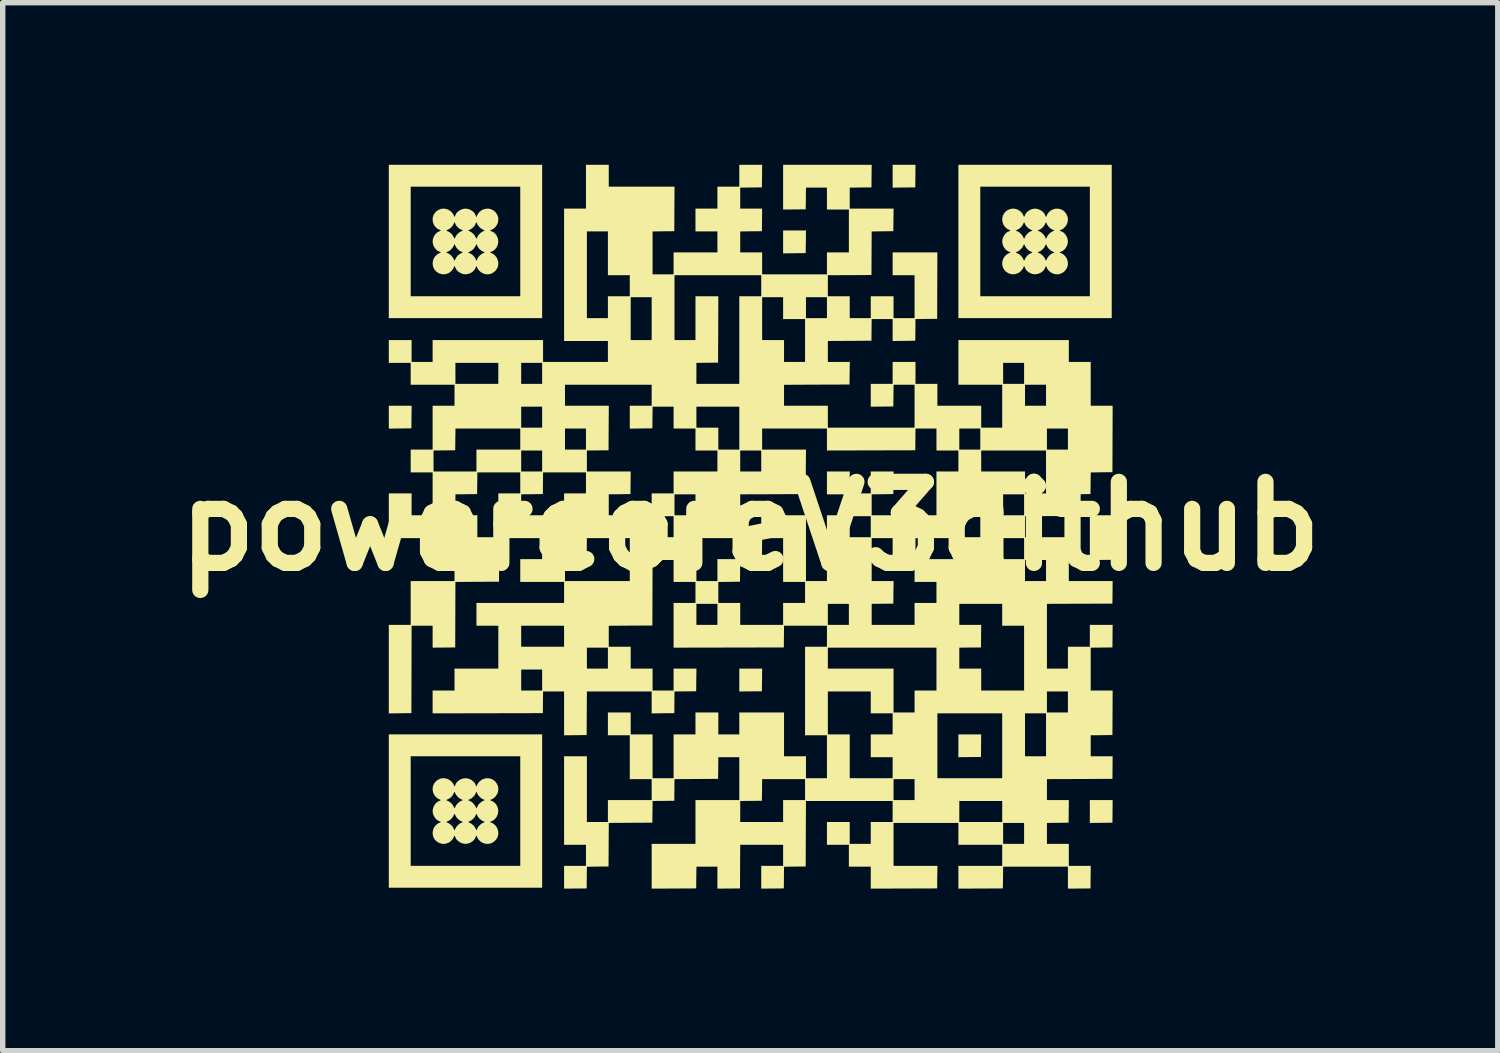
<source format=kicad_pcb>
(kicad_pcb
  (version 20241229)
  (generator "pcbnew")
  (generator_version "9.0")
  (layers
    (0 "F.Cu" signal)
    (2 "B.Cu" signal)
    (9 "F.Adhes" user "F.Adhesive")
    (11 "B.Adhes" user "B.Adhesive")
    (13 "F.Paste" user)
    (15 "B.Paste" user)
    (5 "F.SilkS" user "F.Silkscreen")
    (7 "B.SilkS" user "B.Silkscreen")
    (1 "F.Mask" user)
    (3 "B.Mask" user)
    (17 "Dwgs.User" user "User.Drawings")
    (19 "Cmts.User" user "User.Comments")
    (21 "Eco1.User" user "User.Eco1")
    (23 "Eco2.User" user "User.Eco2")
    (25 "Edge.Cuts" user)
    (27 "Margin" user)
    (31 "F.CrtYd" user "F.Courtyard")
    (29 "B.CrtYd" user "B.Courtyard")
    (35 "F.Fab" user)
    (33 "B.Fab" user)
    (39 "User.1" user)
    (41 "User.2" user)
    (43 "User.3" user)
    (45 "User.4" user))
  (footprint "powercoreV3github"
    (layer "F.Cu")
    (at 10.836 6.69)
    (property "Reference" "powercoreV3github" (at 0 0 0) (layer "F.SilkS") (effects (font (size 1.5 1.5) (thickness 0.3))))
    (attr board_only exclude_from_pos_files exclude_from_bom)
    (fp_poly (pts (xy -6.27 -2.021) (xy -6.272 -1.812) (xy -6.481 -1.81) (xy -6.69 -1.807) (xy -6.69 -2.019) (xy -6.69 -2.23) (xy -6.479 -2.23) (xy -6.267 -2.23)) (stroke (width 0) (type solid)) (fill yes) (layer "F.SilkS"))
    (fp_poly (pts (xy 0.218 2.845) (xy 0.215 3.054) (xy 0.006 3.056) (xy -0.203 3.058) (xy -0.203 2.847) (xy -0.203 2.635) (xy 0.009 2.635) (xy 0.22 2.635)) (stroke (width 0) (type solid)) (fill yes) (layer "F.SilkS"))
    (fp_poly (pts (xy 1.029 -5.265) (xy 1.026 -5.056) (xy 0.817 -5.053) (xy 0.608 -5.051) (xy 0.608 -5.262) (xy 0.608 -5.474) (xy 0.82 -5.474) (xy 1.031 -5.474)) (stroke (width 0) (type solid)) (fill yes) (layer "F.SilkS"))
    (fp_poly (pts (xy 3.056 -6.481) (xy 3.054 -6.272) (xy 2.845 -6.27) (xy 2.635 -6.267) (xy 2.635 -6.479) (xy 2.635 -6.69) (xy 2.847 -6.69) (xy 3.058 -6.69)) (stroke (width 0) (type solid)) (fill yes) (layer "F.SilkS"))
    (fp_poly (pts (xy 4.272 4.061) (xy 4.27 4.27) (xy 4.061 4.272) (xy 3.852 4.274) (xy 3.852 4.063) (xy 3.852 3.852) (xy 4.063 3.852) (xy 4.274 3.852)) (stroke (width 0) (type solid)) (fill yes) (layer "F.SilkS"))
    (fp_poly (pts (xy 6.705 0.209) (xy 6.703 0.621) (xy 6.494 0.623) (xy 6.285 0.625) (xy 6.285 0.211) (xy 6.285 -0.203) (xy 6.496 -0.203) (xy 6.707 -0.203)) (stroke (width 0) (type solid)) (fill yes) (layer "F.SilkS"))
    (fp_poly (pts (xy 6.705 5.277) (xy 6.703 5.486) (xy 6.494 5.489) (xy 6.285 5.491) (xy 6.285 5.279) (xy 6.285 5.068) (xy 6.496 5.068) (xy 6.707 5.068)) (stroke (width 0) (type solid)) (fill yes) (layer "F.SilkS"))
    (fp_poly (pts (xy -3.852 -5.271) (xy -3.852 -3.852) (xy -5.271 -3.852) (xy -6.69 -3.852) (xy -6.69 -5.271) (xy -6.285 -5.271) (xy -6.285 -4.257) (xy -5.271 -4.257) (xy -4.257 -4.257) (xy -4.257 -5.271) (xy -4.257 -6.285) (xy -5.271 -6.285) (xy -6.285 -6.285) (xy -6.285 -5.271) (xy -6.69 -5.271) (xy -6.69 -6.69) (xy -5.271 -6.69) (xy -3.852 -6.69)) (stroke (width 0) (type solid)) (fill yes) (layer "F.SilkS"))
    (fp_poly (pts (xy -3.852 5.271) (xy -3.852 6.69) (xy -5.271 6.69) (xy -6.69 6.69) (xy -6.69 5.271) (xy -6.285 5.271) (xy -6.285 6.285) (xy -5.271 6.285) (xy -4.257 6.285) (xy -4.257 5.271) (xy -4.257 4.257) (xy -5.271 4.257) (xy -6.285 4.257) (xy -6.285 5.271) (xy -6.69 5.271) (xy -6.69 3.852) (xy -5.271 3.852) (xy -3.852 3.852)) (stroke (width 0) (type solid)) (fill yes) (layer "F.SilkS"))
    (fp_poly (pts (xy 6.69 -5.271) (xy 6.69 -3.852) (xy 5.271 -3.852) (xy 3.852 -3.852) (xy 3.852 -5.271) (xy 4.257 -5.271) (xy 4.257 -4.257) (xy 5.271 -4.257) (xy 6.285 -4.257) (xy 6.285 -5.271) (xy 6.285 -6.285) (xy 5.271 -6.285) (xy 4.257 -6.285) (xy 4.257 -5.271) (xy 3.852 -5.271) (xy 3.852 -6.69) (xy 5.271 -6.69) (xy 6.69 -6.69)) (stroke (width 0) (type solid)) (fill yes) (layer "F.SilkS"))
    (fp_poly (pts (xy -5.627 4.669) (xy -5.587 4.684) (xy -5.548 4.709) (xy -5.515 4.741) (xy -5.492 4.776) (xy -5.485 4.795) (xy -5.479 4.81) (xy -5.474 4.815) (xy -5.467 4.808) (xy -5.462 4.795) (xy -5.444 4.755) (xy -5.413 4.719) (xy -5.372 4.69) (xy -5.325 4.671) (xy -5.275 4.663) (xy -5.271 4.663) (xy -5.221 4.67) (xy -5.174 4.688) (xy -5.132 4.717) (xy -5.1 4.752) (xy -5.081 4.792) (xy -5.08 4.795) (xy -5.074 4.81) (xy -5.068 4.815) (xy -5.061 4.808) (xy -5.057 4.795) (xy -5.041 4.76) (xy -5.013 4.726) (xy -4.976 4.696) (xy -4.955 4.684) (xy -4.901 4.666) (xy -4.849 4.663) (xy -4.8 4.673) (xy -4.756 4.695) (xy -4.718 4.727) (xy -4.689 4.766) (xy -4.669 4.812) (xy -4.662 4.862) (xy -4.669 4.915) (xy -4.684 4.955) (xy -4.709 4.994) (xy -4.741 5.027) (xy -4.776 5.05) (xy -4.795 5.057) (xy -4.812 5.064) (xy -4.812 5.072) (xy -4.795 5.08) (xy -4.755 5.098) (xy -4.719 5.129) (xy -4.69 5.17) (xy -4.671 5.217) (xy -4.663 5.267) (xy -4.663 5.271) (xy -4.67 5.32) (xy -4.688 5.368) (xy -4.717 5.409) (xy -4.752 5.442) (xy -4.792 5.461) (xy -4.795 5.462) (xy -4.812 5.469) (xy -4.812 5.478) (xy -4.795 5.485) (xy -4.76 5.501) (xy -4.726 5.529) (xy -4.696 5.565) (xy -4.684 5.587) (xy -4.666 5.64) (xy -4.663 5.693) (xy -4.673 5.742) (xy -4.695 5.786) (xy -4.727 5.824) (xy -4.766 5.853) (xy -4.812 5.872) (xy -4.862 5.88) (xy -4.915 5.873) (xy -4.955 5.858) (xy -4.994 5.833) (xy -5.027 5.801) (xy -5.05 5.765) (xy -5.057 5.747) (xy -5.063 5.732) (xy -5.068 5.727) (xy -5.075 5.734) (xy -5.08 5.747) (xy -5.098 5.787) (xy -5.129 5.822) (xy -5.17 5.851) (xy -5.217 5.871) (xy -5.267 5.879) (xy -5.271 5.879) (xy -5.32 5.872) (xy -5.368 5.853) (xy -5.409 5.825) (xy -5.442 5.79) (xy -5.461 5.75) (xy -5.462 5.747) (xy -5.468 5.732) (xy -5.474 5.727) (xy -5.481 5.734) (xy -5.485 5.747) (xy -5.501 5.78) (xy -5.528 5.814) (xy -5.562 5.844) (xy -5.584 5.857) (xy -5.64 5.876) (xy -5.697 5.879) (xy -5.752 5.864) (xy -5.768 5.857) (xy -5.815 5.825) (xy -5.85 5.783) (xy -5.872 5.734) (xy -5.879 5.68) (xy -5.872 5.625) (xy -5.857 5.584) (xy -5.833 5.548) (xy -5.801 5.516) (xy -5.766 5.493) (xy -5.747 5.485) (xy -5.732 5.479) (xy -5.727 5.474) (xy -5.626 5.474) (xy -5.619 5.479) (xy -5.601 5.488) (xy -5.595 5.49) (xy -5.563 5.508) (xy -5.53 5.536) (xy -5.503 5.569) (xy -5.49 5.595) (xy -5.481 5.615) (xy -5.475 5.625) (xy -5.474 5.626) (xy -5.468 5.619) (xy -5.46 5.601) (xy -5.458 5.595) (xy -5.439 5.563) (xy -5.411 5.53) (xy -5.378 5.503) (xy -5.352 5.49) (xy -5.333 5.481) (xy -5.322 5.475) (xy -5.322 5.474) (xy -5.22 5.474) (xy -5.213 5.479) (xy -5.195 5.488) (xy -5.19 5.49) (xy -5.157 5.508) (xy -5.125 5.536) (xy -5.098 5.569) (xy -5.084 5.595) (xy -5.076 5.615) (xy -5.069 5.625) (xy -5.068 5.626) (xy -5.062 5.619) (xy -5.054 5.601) (xy -5.052 5.595) (xy -5.034 5.563) (xy -5.005 5.53) (xy -4.972 5.503) (xy -4.947 5.49) (xy -4.927 5.481) (xy -4.917 5.475) (xy -4.916 5.474) (xy -4.923 5.468) (xy -4.941 5.46) (xy -4.947 5.458) (xy -4.979 5.439) (xy -5.012 5.411) (xy -5.039 5.378) (xy -5.052 5.352) (xy -5.06 5.333) (xy -5.067 5.322) (xy -5.068 5.322) (xy -5.074 5.329) (xy -5.082 5.346) (xy -5.084 5.352) (xy -5.102 5.385) (xy -5.131 5.417) (xy -5.164 5.444) (xy -5.19 5.458) (xy -5.209 5.466) (xy -5.22 5.472) (xy -5.22 5.474) (xy -5.322 5.474) (xy -5.329 5.468) (xy -5.346 5.46) (xy -5.352 5.458) (xy -5.385 5.439) (xy -5.417 5.411) (xy -5.444 5.378) (xy -5.458 5.352) (xy -5.466 5.333) (xy -5.472 5.322) (xy -5.474 5.322) (xy -5.479 5.329) (xy -5.488 5.346) (xy -5.49 5.352) (xy -5.508 5.385) (xy -5.536 5.417) (xy -5.569 5.444) (xy -5.595 5.458) (xy -5.615 5.466) (xy -5.625 5.472) (xy -5.626 5.474) (xy -5.727 5.474) (xy -5.734 5.467) (xy -5.747 5.462) (xy -5.787 5.444) (xy -5.822 5.413) (xy -5.851 5.372) (xy -5.871 5.325) (xy -5.879 5.275) (xy -5.879 5.271) (xy -5.872 5.221) (xy -5.853 5.174) (xy -5.825 5.132) (xy -5.79 5.1) (xy -5.75 5.081) (xy -5.747 5.08) (xy -5.73 5.072) (xy -5.73 5.068) (xy -5.626 5.068) (xy -5.619 5.074) (xy -5.601 5.082) (xy -5.595 5.084) (xy -5.563 5.102) (xy -5.53 5.131) (xy -5.503 5.164) (xy -5.49 5.19) (xy -5.481 5.209) (xy -5.475 5.22) (xy -5.474 5.22) (xy -5.468 5.213) (xy -5.46 5.195) (xy -5.458 5.19) (xy -5.439 5.157) (xy -5.411 5.125) (xy -5.378 5.098) (xy -5.352 5.084) (xy -5.333 5.076) (xy -5.322 5.069) (xy -5.322 5.068) (xy -5.22 5.068) (xy -5.213 5.074) (xy -5.195 5.082) (xy -5.19 5.084) (xy -5.157 5.102) (xy -5.125 5.131) (xy -5.098 5.164) (xy -5.084 5.19) (xy -5.076 5.209) (xy -5.069 5.22) (xy -5.068 5.22) (xy -5.062 5.213) (xy -5.054 5.195) (xy -5.052 5.19) (xy -5.034 5.157) (xy -5.005 5.125) (xy -4.972 5.098) (xy -4.947 5.084) (xy -4.927 5.076) (xy -4.917 5.069) (xy -4.916 5.068) (xy -4.923 5.062) (xy -4.941 5.054) (xy -4.947 5.052) (xy -4.979 5.034) (xy -5.012 5.005) (xy -5.039 4.972) (xy -5.052 4.947) (xy -5.06 4.927) (xy -5.067 4.917) (xy -5.068 4.916) (xy -5.074 4.923) (xy -5.082 4.941) (xy -5.084 4.947) (xy -5.102 4.979) (xy -5.131 5.012) (xy -5.164 5.039) (xy -5.19 5.052) (xy -5.209 5.06) (xy -5.22 5.067) (xy -5.22 5.068) (xy -5.322 5.068) (xy -5.329 5.062) (xy -5.346 5.054) (xy -5.352 5.052) (xy -5.385 5.034) (xy -5.417 5.005) (xy -5.444 4.972) (xy -5.458 4.947) (xy -5.466 4.927) (xy -5.472 4.917) (xy -5.474 4.916) (xy -5.479 4.923) (xy -5.488 4.941) (xy -5.49 4.947) (xy -5.508 4.979) (xy -5.536 5.012) (xy -5.569 5.039) (xy -5.595 5.052) (xy -5.615 5.06) (xy -5.625 5.067) (xy -5.626 5.068) (xy -5.73 5.068) (xy -5.73 5.064) (xy -5.747 5.057) (xy -5.781 5.041) (xy -5.816 5.013) (xy -5.846 4.976) (xy -5.858 4.955) (xy -5.876 4.901) (xy -5.879 4.849) (xy -5.869 4.8) (xy -5.847 4.756) (xy -5.815 4.718) (xy -5.775 4.689) (xy -5.73 4.669) (xy -5.68 4.662)) (stroke (width 0) (type solid)) (fill yes) (layer "F.SilkS"))
    (fp_poly (pts (xy 4.915 -5.873) (xy 4.955 -5.858) (xy 4.994 -5.833) (xy 5.027 -5.801) (xy 5.05 -5.765) (xy 5.057 -5.747) (xy 5.064 -5.73) (xy 5.072 -5.73) (xy 5.08 -5.747) (xy 5.098 -5.787) (xy 5.129 -5.822) (xy 5.17 -5.851) (xy 5.217 -5.871) (xy 5.267 -5.879) (xy 5.271 -5.879) (xy 5.32 -5.872) (xy 5.368 -5.853) (xy 5.409 -5.825) (xy 5.442 -5.79) (xy 5.461 -5.75) (xy 5.462 -5.747) (xy 5.468 -5.732) (xy 5.474 -5.727) (xy 5.481 -5.734) (xy 5.485 -5.747) (xy 5.501 -5.781) (xy 5.529 -5.816) (xy 5.565 -5.846) (xy 5.587 -5.858) (xy 5.64 -5.876) (xy 5.693 -5.879) (xy 5.742 -5.869) (xy 5.786 -5.847) (xy 5.824 -5.815) (xy 5.853 -5.775) (xy 5.872 -5.73) (xy 5.88 -5.68) (xy 5.873 -5.627) (xy 5.858 -5.587) (xy 5.833 -5.548) (xy 5.801 -5.515) (xy 5.765 -5.492) (xy 5.747 -5.485) (xy 5.732 -5.479) (xy 5.727 -5.474) (xy 5.734 -5.467) (xy 5.747 -5.462) (xy 5.787 -5.444) (xy 5.822 -5.413) (xy 5.851 -5.372) (xy 5.871 -5.325) (xy 5.879 -5.275) (xy 5.879 -5.271) (xy 5.872 -5.221) (xy 5.853 -5.174) (xy 5.825 -5.132) (xy 5.79 -5.1) (xy 5.75 -5.081) (xy 5.747 -5.08) (xy 5.732 -5.074) (xy 5.727 -5.068) (xy 5.734 -5.061) (xy 5.747 -5.057) (xy 5.781 -5.041) (xy 5.816 -5.013) (xy 5.846 -4.976) (xy 5.858 -4.955) (xy 5.876 -4.901) (xy 5.879 -4.849) (xy 5.869 -4.8) (xy 5.847 -4.756) (xy 5.815 -4.718) (xy 5.775 -4.689) (xy 5.73 -4.669) (xy 5.68 -4.662) (xy 5.627 -4.669) (xy 5.587 -4.684) (xy 5.548 -4.709) (xy 5.515 -4.741) (xy 5.492 -4.776) (xy 5.485 -4.795) (xy 5.478 -4.812) (xy 5.469 -4.812) (xy 5.462 -4.795) (xy 5.444 -4.755) (xy 5.413 -4.719) (xy 5.372 -4.69) (xy 5.325 -4.671) (xy 5.275 -4.663) (xy 5.271 -4.663) (xy 5.221 -4.67) (xy 5.174 -4.688) (xy 5.132 -4.717) (xy 5.1 -4.752) (xy 5.081 -4.792) (xy 5.08 -4.795) (xy 5.074 -4.81) (xy 5.068 -4.815) (xy 5.061 -4.808) (xy 5.057 -4.795) (xy 5.041 -4.761) (xy 5.014 -4.728) (xy 4.98 -4.698) (xy 4.957 -4.685) (xy 4.902 -4.666) (xy 4.845 -4.663) (xy 4.789 -4.678) (xy 4.774 -4.685) (xy 4.727 -4.717) (xy 4.692 -4.759) (xy 4.67 -4.808) (xy 4.662 -4.862) (xy 4.67 -4.917) (xy 4.685 -4.957) (xy 4.709 -4.994) (xy 4.741 -5.026) (xy 4.775 -5.049) (xy 4.795 -5.057) (xy 4.81 -5.063) (xy 4.815 -5.068) (xy 4.916 -5.068) (xy 4.923 -5.062) (xy 4.941 -5.054) (xy 4.947 -5.052) (xy 4.979 -5.034) (xy 5.012 -5.005) (xy 5.039 -4.972) (xy 5.052 -4.947) (xy 5.06 -4.927) (xy 5.067 -4.917) (xy 5.068 -4.916) (xy 5.074 -4.923) (xy 5.082 -4.941) (xy 5.084 -4.947) (xy 5.102 -4.979) (xy 5.131 -5.012) (xy 5.164 -5.039) (xy 5.19 -5.052) (xy 5.209 -5.06) (xy 5.22 -5.067) (xy 5.22 -5.068) (xy 5.322 -5.068) (xy 5.329 -5.062) (xy 5.346 -5.054) (xy 5.352 -5.052) (xy 5.385 -5.034) (xy 5.417 -5.005) (xy 5.444 -4.972) (xy 5.458 -4.947) (xy 5.466 -4.927) (xy 5.472 -4.917) (xy 5.474 -4.916) (xy 5.479 -4.923) (xy 5.488 -4.941) (xy 5.49 -4.947) (xy 5.508 -4.979) (xy 5.536 -5.012) (xy 5.569 -5.039) (xy 5.595 -5.052) (xy 5.615 -5.06) (xy 5.625 -5.067) (xy 5.626 -5.068) (xy 5.619 -5.074) (xy 5.601 -5.082) (xy 5.595 -5.084) (xy 5.563 -5.102) (xy 5.53 -5.131) (xy 5.503 -5.164) (xy 5.49 -5.19) (xy 5.481 -5.209) (xy 5.475 -5.22) (xy 5.474 -5.22) (xy 5.468 -5.213) (xy 5.46 -5.195) (xy 5.458 -5.19) (xy 5.439 -5.157) (xy 5.411 -5.125) (xy 5.378 -5.098) (xy 5.352 -5.084) (xy 5.333 -5.076) (xy 5.322 -5.069) (xy 5.322 -5.068) (xy 5.22 -5.068) (xy 5.213 -5.074) (xy 5.195 -5.082) (xy 5.19 -5.084) (xy 5.157 -5.102) (xy 5.125 -5.131) (xy 5.098 -5.164) (xy 5.084 -5.19) (xy 5.076 -5.209) (xy 5.069 -5.22) (xy 5.068 -5.22) (xy 5.062 -5.213) (xy 5.054 -5.195) (xy 5.052 -5.19) (xy 5.034 -5.157) (xy 5.005 -5.125) (xy 4.972 -5.098) (xy 4.947 -5.084) (xy 4.927 -5.076) (xy 4.917 -5.069) (xy 4.916 -5.068) (xy 4.815 -5.068) (xy 4.808 -5.075) (xy 4.795 -5.08) (xy 4.755 -5.098) (xy 4.719 -5.129) (xy 4.69 -5.17) (xy 4.671 -5.217) (xy 4.663 -5.267) (xy 4.663 -5.271) (xy 4.67 -5.32) (xy 4.688 -5.368) (xy 4.717 -5.409) (xy 4.752 -5.442) (xy 4.792 -5.461) (xy 4.795 -5.462) (xy 4.812 -5.469) (xy 4.812 -5.474) (xy 4.916 -5.474) (xy 4.923 -5.468) (xy 4.941 -5.46) (xy 4.947 -5.458) (xy 4.979 -5.439) (xy 5.012 -5.411) (xy 5.039 -5.378) (xy 5.052 -5.352) (xy 5.06 -5.333) (xy 5.067 -5.322) (xy 5.068 -5.322) (xy 5.074 -5.329) (xy 5.082 -5.346) (xy 5.084 -5.352) (xy 5.102 -5.385) (xy 5.131 -5.417) (xy 5.164 -5.444) (xy 5.19 -5.458) (xy 5.209 -5.466) (xy 5.22 -5.472) (xy 5.22 -5.474) (xy 5.322 -5.474) (xy 5.329 -5.468) (xy 5.346 -5.46) (xy 5.352 -5.458) (xy 5.385 -5.439) (xy 5.417 -5.411) (xy 5.444 -5.378) (xy 5.458 -5.352) (xy 5.466 -5.333) (xy 5.472 -5.322) (xy 5.474 -5.322) (xy 5.479 -5.329) (xy 5.488 -5.346) (xy 5.49 -5.352) (xy 5.508 -5.385) (xy 5.536 -5.417) (xy 5.569 -5.444) (xy 5.595 -5.458) (xy 5.615 -5.466) (xy 5.625 -5.472) (xy 5.626 -5.474) (xy 5.619 -5.479) (xy 5.601 -5.488) (xy 5.595 -5.49) (xy 5.563 -5.508) (xy 5.53 -5.536) (xy 5.503 -5.569) (xy 5.49 -5.595) (xy 5.481 -5.615) (xy 5.475 -5.625) (xy 5.474 -5.626) (xy 5.468 -5.619) (xy 5.46 -5.601) (xy 5.458 -5.595) (xy 5.439 -5.563) (xy 5.411 -5.53) (xy 5.378 -5.503) (xy 5.352 -5.49) (xy 5.333 -5.481) (xy 5.322 -5.475) (xy 5.322 -5.474) (xy 5.22 -5.474) (xy 5.213 -5.479) (xy 5.195 -5.488) (xy 5.19 -5.49) (xy 5.157 -5.508) (xy 5.125 -5.536) (xy 5.098 -5.569) (xy 5.084 -5.595) (xy 5.076 -5.615) (xy 5.069 -5.625) (xy 5.068 -5.626) (xy 5.062 -5.619) (xy 5.054 -5.601) (xy 5.052 -5.595) (xy 5.034 -5.563) (xy 5.005 -5.53) (xy 4.972 -5.503) (xy 4.947 -5.49) (xy 4.927 -5.481) (xy 4.917 -5.475) (xy 4.916 -5.474) (xy 4.812 -5.474) (xy 4.812 -5.478) (xy 4.795 -5.485) (xy 4.76 -5.501) (xy 4.726 -5.529) (xy 4.696 -5.565) (xy 4.684 -5.587) (xy 4.666 -5.64) (xy 4.663 -5.693) (xy 4.673 -5.742) (xy 4.695 -5.786) (xy 4.727 -5.824) (xy 4.766 -5.853) (xy 4.812 -5.872) (xy 4.862 -5.88)) (stroke (width 0) (type solid)) (fill yes) (layer "F.SilkS"))
    (fp_poly (pts (xy -5.627 -5.873) (xy -5.587 -5.858) (xy -5.548 -5.833) (xy -5.515 -5.801) (xy -5.492 -5.765) (xy -5.485 -5.747) (xy -5.478 -5.73) (xy -5.469 -5.73) (xy -5.462 -5.747) (xy -5.444 -5.787) (xy -5.413 -5.822) (xy -5.372 -5.851) (xy -5.325 -5.871) (xy -5.275 -5.879) (xy -5.271 -5.879) (xy -5.221 -5.872) (xy -5.174 -5.853) (xy -5.132 -5.825) (xy -5.1 -5.79) (xy -5.081 -5.75) (xy -5.08 -5.747) (xy -5.074 -5.732) (xy -5.068 -5.727) (xy -5.061 -5.734) (xy -5.057 -5.747) (xy -5.041 -5.781) (xy -5.013 -5.816) (xy -4.976 -5.846) (xy -4.955 -5.858) (xy -4.901 -5.876) (xy -4.849 -5.879) (xy -4.8 -5.869) (xy -4.756 -5.847) (xy -4.718 -5.815) (xy -4.689 -5.775) (xy -4.669 -5.73) (xy -4.662 -5.68) (xy -4.669 -5.627) (xy -4.684 -5.587) (xy -4.709 -5.548) (xy -4.741 -5.515) (xy -4.776 -5.492) (xy -4.795 -5.485) (xy -4.812 -5.478) (xy -4.812 -5.469) (xy -4.795 -5.462) (xy -4.755 -5.444) (xy -4.719 -5.413) (xy -4.69 -5.372) (xy -4.671 -5.325) (xy -4.663 -5.275) (xy -4.663 -5.271) (xy -4.67 -5.221) (xy -4.688 -5.174) (xy -4.717 -5.132) (xy -4.752 -5.1) (xy -4.792 -5.081) (xy -4.795 -5.08) (xy -4.812 -5.072) (xy -4.812 -5.064) (xy -4.795 -5.057) (xy -4.76 -5.041) (xy -4.726 -5.013) (xy -4.696 -4.976) (xy -4.684 -4.955) (xy -4.666 -4.901) (xy -4.663 -4.849) (xy -4.673 -4.8) (xy -4.695 -4.756) (xy -4.727 -4.718) (xy -4.766 -4.689) (xy -4.812 -4.669) (xy -4.862 -4.662) (xy -4.915 -4.669) (xy -4.955 -4.684) (xy -4.994 -4.709) (xy -5.027 -4.741) (xy -5.05 -4.776) (xy -5.057 -4.795) (xy -5.064 -4.812) (xy -5.072 -4.812) (xy -5.08 -4.795) (xy -5.098 -4.755) (xy -5.129 -4.719) (xy -5.17 -4.69) (xy -5.217 -4.671) (xy -5.267 -4.663) (xy -5.271 -4.663) (xy -5.32 -4.67) (xy -5.368 -4.688) (xy -5.409 -4.717) (xy -5.442 -4.752) (xy -5.461 -4.792) (xy -5.462 -4.795) (xy -5.468 -4.81) (xy -5.474 -4.815) (xy -5.481 -4.808) (xy -5.485 -4.795) (xy -5.501 -4.761) (xy -5.528 -4.728) (xy -5.562 -4.698) (xy -5.584 -4.685) (xy -5.64 -4.666) (xy -5.697 -4.663) (xy -5.752 -4.678) (xy -5.768 -4.685) (xy -5.815 -4.717) (xy -5.85 -4.759) (xy -5.872 -4.808) (xy -5.879 -4.862) (xy -5.872 -4.917) (xy -5.857 -4.957) (xy -5.833 -4.994) (xy -5.801 -5.026) (xy -5.766 -5.049) (xy -5.747 -5.057) (xy -5.732 -5.063) (xy -5.727 -5.068) (xy -5.626 -5.068) (xy -5.619 -5.062) (xy -5.601 -5.054) (xy -5.595 -5.052) (xy -5.563 -5.034) (xy -5.53 -5.005) (xy -5.503 -4.972) (xy -5.49 -4.947) (xy -5.481 -4.927) (xy -5.475 -4.917) (xy -5.474 -4.916) (xy -5.468 -4.923) (xy -5.46 -4.941) (xy -5.458 -4.947) (xy -5.439 -4.979) (xy -5.411 -5.012) (xy -5.378 -5.039) (xy -5.352 -5.052) (xy -5.333 -5.06) (xy -5.322 -5.067) (xy -5.322 -5.068) (xy -5.22 -5.068) (xy -5.213 -5.062) (xy -5.195 -5.054) (xy -5.19 -5.052) (xy -5.166 -5.039) (xy -5.139 -5.02) (xy -5.127 -5.009) (xy -5.106 -4.984) (xy -5.089 -4.958) (xy -5.084 -4.947) (xy -5.076 -4.927) (xy -5.069 -4.917) (xy -5.068 -4.916) (xy -5.062 -4.923) (xy -5.054 -4.941) (xy -5.052 -4.947) (xy -5.039 -4.971) (xy -5.02 -4.997) (xy -5.009 -5.009) (xy -4.984 -5.03) (xy -4.958 -5.047) (xy -4.947 -5.052) (xy -4.927 -5.06) (xy -4.917 -5.067) (xy -4.916 -5.068) (xy -4.923 -5.074) (xy -4.941 -5.082) (xy -4.947 -5.084) (xy -4.971 -5.097) (xy -4.997 -5.117) (xy -5.009 -5.127) (xy -5.03 -5.152) (xy -5.047 -5.179) (xy -5.052 -5.19) (xy -5.06 -5.209) (xy -5.067 -5.22) (xy -5.068 -5.22) (xy -5.074 -5.213) (xy -5.082 -5.195) (xy -5.084 -5.19) (xy -5.097 -5.166) (xy -5.117 -5.139) (xy -5.127 -5.127) (xy -5.152 -5.106) (xy -5.179 -5.089) (xy -5.19 -5.084) (xy -5.209 -5.076) (xy -5.22 -5.069) (xy -5.22 -5.068) (xy -5.322 -5.068) (xy -5.329 -5.074) (xy -5.346 -5.082) (xy -5.352 -5.084) (xy -5.385 -5.102) (xy -5.417 -5.131) (xy -5.444 -5.164) (xy -5.458 -5.19) (xy -5.466 -5.209) (xy -5.472 -5.22) (xy -5.474 -5.22) (xy -5.479 -5.213) (xy -5.488 -5.195) (xy -5.49 -5.19) (xy -5.508 -5.157) (xy -5.536 -5.125) (xy -5.569 -5.098) (xy -5.595 -5.084) (xy -5.615 -5.076) (xy -5.625 -5.069) (xy -5.626 -5.068) (xy -5.727 -5.068) (xy -5.734 -5.075) (xy -5.747 -5.08) (xy -5.787 -5.098) (xy -5.822 -5.129) (xy -5.851 -5.17) (xy -5.871 -5.217) (xy -5.879 -5.267) (xy -5.879 -5.271) (xy -5.872 -5.32) (xy -5.853 -5.368) (xy -5.825 -5.409) (xy -5.79 -5.442) (xy -5.75 -5.461) (xy -5.747 -5.462) (xy -5.73 -5.469) (xy -5.73 -5.474) (xy -5.626 -5.474) (xy -5.619 -5.468) (xy -5.601 -5.46) (xy -5.595 -5.458) (xy -5.571 -5.445) (xy -5.544 -5.425) (xy -5.533 -5.415) (xy -5.512 -5.39) (xy -5.495 -5.363) (xy -5.49 -5.352) (xy -5.481 -5.333) (xy -5.475 -5.322) (xy -5.474 -5.322) (xy -5.468 -5.329) (xy -5.46 -5.346) (xy -5.458 -5.352) (xy -5.439 -5.385) (xy -5.411 -5.417) (xy -5.378 -5.444) (xy -5.352 -5.458) (xy -5.333 -5.466) (xy -5.322 -5.472) (xy -5.322 -5.474) (xy -5.22 -5.474) (xy -5.213 -5.468) (xy -5.195 -5.46) (xy -5.19 -5.458) (xy -5.157 -5.439) (xy -5.125 -5.411) (xy -5.098 -5.378) (xy -5.084 -5.352) (xy -5.076 -5.333) (xy -5.069 -5.322) (xy -5.068 -5.322) (xy -5.062 -5.329) (xy -5.054 -5.346) (xy -5.052 -5.352) (xy -5.034 -5.385) (xy -5.005 -5.417) (xy -4.972 -5.444) (xy -4.947 -5.458) (xy -4.927 -5.466) (xy -4.917 -5.472) (xy -4.916 -5.474) (xy -4.923 -5.479) (xy -4.941 -5.488) (xy -4.947 -5.49) (xy -4.979 -5.508) (xy -5.012 -5.536) (xy -5.039 -5.569) (xy -5.052 -5.595) (xy -5.06 -5.615) (xy -5.067 -5.625) (xy -5.068 -5.626) (xy -5.074 -5.619) (xy -5.082 -5.601) (xy -5.084 -5.595) (xy -5.102 -5.563) (xy -5.131 -5.53) (xy -5.164 -5.503) (xy -5.19 -5.49) (xy -5.209 -5.481) (xy -5.22 -5.475) (xy -5.22 -5.474) (xy -5.322 -5.474) (xy -5.329 -5.479) (xy -5.346 -5.488) (xy -5.352 -5.49) (xy -5.385 -5.508) (xy -5.417 -5.536) (xy -5.444 -5.569) (xy -5.458 -5.595) (xy -5.466 -5.615) (xy -5.472 -5.625) (xy -5.474 -5.626) (xy -5.479 -5.619) (xy -5.488 -5.601) (xy -5.49 -5.595) (xy -5.508 -5.563) (xy -5.536 -5.53) (xy -5.569 -5.503) (xy -5.595 -5.49) (xy -5.615 -5.481) (xy -5.625 -5.475) (xy -5.626 -5.474) (xy -5.73 -5.474) (xy -5.73 -5.478) (xy -5.747 -5.485) (xy -5.781 -5.501) (xy -5.816 -5.529) (xy -5.846 -5.565) (xy -5.858 -5.587) (xy -5.876 -5.64) (xy -5.879 -5.693) (xy -5.869 -5.742) (xy -5.847 -5.786) (xy -5.815 -5.824) (xy -5.775 -5.853) (xy -5.73 -5.872) (xy -5.68 -5.88)) (stroke (width 0) (type solid)) (fill yes) (layer "F.SilkS"))
    (fp_poly (pts (xy -2.619 -6.487) (xy -2.619 -6.285) (xy -2.01 -6.285) (xy -1.402 -6.285) (xy -1.404 -5.873) (xy -1.406 -5.461) (xy -1.607 -5.459) (xy -1.808 -5.456) (xy -1.808 -5.06) (xy -1.808 -4.663) (xy -1.613 -4.663) (xy -1.419 -4.663) (xy -1.419 -4.865) (xy -1.419 -5.068) (xy -1.014 -5.068) (xy -0.608 -5.068) (xy -0.608 -5.262) (xy -0.608 -5.457) (xy -0.811 -5.457) (xy -1.014 -5.457) (xy -1.014 -5.668) (xy -1.014 -5.879) (xy -0.811 -5.879) (xy -0.608 -5.879) (xy -0.608 -6.082) (xy -0.608 -6.285) (xy -0.405 -6.285) (xy -0.203 -6.285) (xy -0.203 -6.487) (xy -0.203 -6.69) (xy 0.009 -6.69) (xy 0.22 -6.69) (xy 0.218 -6.481) (xy 0.215 -6.272) (xy 0.015 -6.27) (xy -0.186 -6.267) (xy -0.186 -6.073) (xy -0.186 -5.879) (xy 0.017 -5.879) (xy 0.22 -5.879) (xy 0.218 -5.67) (xy 0.215 -5.461) (xy 0.015 -5.459) (xy -0.186 -5.456) (xy -0.186 -5.262) (xy -0.186 -5.068) (xy 0.017 -5.068) (xy 0.22 -5.068) (xy 0.22 -4.865) (xy 0.22 -4.663) (xy 0.819 -4.663) (xy 1.419 -4.663) (xy 1.419 -4.865) (xy 1.419 -5.068) (xy 1.622 -5.068) (xy 1.825 -5.068) (xy 1.825 -5.465) (xy 1.825 -5.862) (xy 1.622 -5.862) (xy 1.419 -5.862) (xy 1.419 -6.065) (xy 1.419 -6.268) (xy 1.225 -6.268) (xy 1.031 -6.268) (xy 1.029 -6.067) (xy 1.026 -5.866) (xy 0.817 -5.864) (xy 0.608 -5.862) (xy 0.608 -6.276) (xy 0.608 -6.69) (xy 1.428 -6.69) (xy 2.247 -6.69) (xy 2.245 -6.481) (xy 2.243 -6.272) (xy 2.042 -6.27) (xy 1.841 -6.267) (xy 1.841 -6.073) (xy 1.841 -5.879) (xy 2.247 -5.879) (xy 2.653 -5.879) (xy 2.65 -5.67) (xy 2.648 -5.461) (xy 2.448 -5.459) (xy 2.247 -5.456) (xy 2.245 -5.053) (xy 2.243 -4.65) (xy 1.839 -4.648) (xy 1.436 -4.646) (xy 1.436 -4.451) (xy 1.436 -4.257) (xy 1.639 -4.257) (xy 1.841 -4.257) (xy 1.841 -4.055) (xy 1.841 -3.852) (xy 2.036 -3.852) (xy 2.23 -3.852) (xy 2.23 -4.055) (xy 2.23 -4.257) (xy 2.441 -4.257) (xy 2.652 -4.257) (xy 2.652 -4.055) (xy 2.652 -3.852) (xy 2.847 -3.852) (xy 3.041 -3.852) (xy 3.041 -4.249) (xy 3.041 -4.646) (xy 2.838 -4.646) (xy 2.635 -4.646) (xy 2.635 -4.857) (xy 2.635 -5.068) (xy 3.049 -5.068) (xy 3.463 -5.068) (xy 3.461 -4.454) (xy 3.459 -3.839) (xy 3.259 -3.837) (xy 3.058 -3.835) (xy 3.056 -3.634) (xy 3.054 -3.434) (xy 2.845 -3.431) (xy 2.635 -3.429) (xy 2.635 -3.632) (xy 2.635 -3.835) (xy 2.441 -3.835) (xy 2.247 -3.835) (xy 2.245 -3.634) (xy 2.243 -3.434) (xy 1.839 -3.431) (xy 1.436 -3.429) (xy 1.436 -3.235) (xy 1.436 -3.041) (xy 1.639 -3.041) (xy 1.842 -3.041) (xy 1.839 -2.832) (xy 1.837 -2.623) (xy 1.231 -2.621) (xy 0.625 -2.618) (xy 0.625 -2.424) (xy 0.625 -2.23) (xy 1.031 -2.23) (xy 1.436 -2.23) (xy 1.436 -2.027) (xy 1.436 -1.825) (xy 2.238 -1.825) (xy 3.041 -1.825) (xy 3.041 -2.222) (xy 3.041 -2.619) (xy 2.847 -2.619) (xy 2.653 -2.619) (xy 2.65 -2.418) (xy 2.648 -2.217) (xy 2.439 -2.215) (xy 2.23 -2.213) (xy 2.23 -2.424) (xy 2.23 -2.635) (xy 2.433 -2.635) (xy 2.635 -2.635) (xy 2.635 -2.838) (xy 2.635 -3.041) (xy 2.847 -3.041) (xy 3.058 -3.041) (xy 3.058 -2.838) (xy 3.058 -2.635) (xy 3.261 -2.635) (xy 3.463 -2.635) (xy 3.463 -2.433) (xy 3.463 -2.23) (xy 3.869 -2.23) (xy 4.274 -2.23) (xy 4.274 -2.027) (xy 4.274 -1.825) (xy 4.468 -1.825) (xy 4.663 -1.825) (xy 4.663 -2.222) (xy 4.663 -2.424) (xy 5.085 -2.424) (xy 5.085 -2.23) (xy 5.279 -2.23) (xy 5.474 -2.23) (xy 5.474 -2.424) (xy 5.474 -2.619) (xy 5.279 -2.619) (xy 5.085 -2.619) (xy 5.085 -2.424) (xy 4.663 -2.424) (xy 4.663 -2.619) (xy 4.257 -2.619) (xy 3.852 -2.619) (xy 3.852 -2.83) (xy 4.68 -2.83) (xy 4.68 -2.635) (xy 4.874 -2.635) (xy 5.068 -2.635) (xy 5.068 -2.83) (xy 5.068 -3.024) (xy 4.874 -3.024) (xy 4.68 -3.024) (xy 4.68 -2.83) (xy 3.852 -2.83) (xy 3.852 -3.032) (xy 3.852 -3.446) (xy 4.874 -3.446) (xy 5.896 -3.446) (xy 5.896 -3.244) (xy 5.896 -3.041) (xy 6.099 -3.041) (xy 6.301 -3.041) (xy 6.301 -2.635) (xy 6.301 -2.23) (xy 6.504 -2.23) (xy 6.707 -2.23) (xy 6.705 -1.615) (xy 6.703 -1.001) (xy 6.502 -0.999) (xy 6.302 -0.996) (xy 6.299 -0.796) (xy 6.297 -0.596) (xy 6.097 -0.593) (xy 5.896 -0.591) (xy 5.894 -0.391) (xy 5.892 -0.19) (xy 5.488 -0.188) (xy 5.085 -0.186) (xy 5.085 0.009) (xy 5.085 0.203) (xy 5.491 0.203) (xy 5.896 0.203) (xy 5.896 0.608) (xy 5.896 1.014) (xy 6.302 1.014) (xy 6.707 1.014) (xy 6.705 1.223) (xy 6.703 1.432) (xy 6.097 1.434) (xy 5.491 1.436) (xy 5.491 2.036) (xy 5.491 2.635) (xy 5.685 2.635) (xy 5.879 2.635) (xy 5.879 2.433) (xy 5.879 2.23) (xy 6.082 2.23) (xy 6.285 2.23) (xy 6.285 2.027) (xy 6.285 1.825) (xy 6.496 1.825) (xy 6.707 1.825) (xy 6.705 2.034) (xy 6.703 2.243) (xy 6.502 2.245) (xy 6.301 2.247) (xy 6.301 2.644) (xy 6.301 3.041) (xy 6.504 3.041) (xy 6.707 3.041) (xy 6.705 3.453) (xy 6.703 3.864) (xy 6.502 3.867) (xy 6.301 3.869) (xy 6.301 4.063) (xy 6.301 4.257) (xy 6.504 4.257) (xy 6.707 4.257) (xy 6.705 4.466) (xy 6.703 4.675) (xy 6.097 4.678) (xy 5.491 4.68) (xy 5.491 4.874) (xy 5.491 5.068) (xy 5.693 5.068) (xy 5.896 5.068) (xy 5.894 5.277) (xy 5.892 5.486) (xy 5.691 5.489) (xy 5.491 5.491) (xy 5.491 5.685) (xy 5.491 5.879) (xy 5.693 5.879) (xy 5.896 5.879) (xy 5.896 6.082) (xy 5.896 6.285) (xy 6.099 6.285) (xy 6.302 6.285) (xy 6.299 6.494) (xy 6.297 6.703) (xy 6.088 6.705) (xy 5.879 6.707) (xy 5.879 6.504) (xy 5.879 6.301) (xy 5.279 6.301) (xy 4.68 6.301) (xy 4.678 6.502) (xy 4.675 6.703) (xy 4.264 6.705) (xy 3.852 6.707) (xy 3.852 6.496) (xy 3.852 6.285) (xy 4.257 6.285) (xy 4.663 6.285) (xy 4.663 6.09) (xy 4.663 5.896) (xy 4.257 5.896) (xy 3.852 5.896) (xy 3.852 5.693) (xy 3.852 5.685) (xy 4.68 5.685) (xy 4.68 5.879) (xy 4.874 5.879) (xy 5.068 5.879) (xy 5.068 5.685) (xy 5.068 5.491) (xy 4.874 5.491) (xy 4.68 5.491) (xy 4.68 5.685) (xy 3.852 5.685) (xy 3.852 5.491) (xy 3.252 5.491) (xy 2.652 5.491) (xy 2.652 5.888) (xy 2.652 6.285) (xy 3.058 6.285) (xy 3.464 6.285) (xy 3.461 6.494) (xy 3.459 6.703) (xy 2.845 6.705) (xy 2.23 6.707) (xy 2.23 6.504) (xy 2.23 6.301) (xy 2.027 6.301) (xy 1.825 6.301) (xy 1.825 6.099) (xy 1.825 5.896) (xy 1.622 5.896) (xy 1.419 5.896) (xy 1.419 5.685) (xy 1.419 5.474) (xy 1.63 5.474) (xy 1.841 5.474) (xy 1.841 5.676) (xy 1.841 5.879) (xy 2.036 5.879) (xy 2.23 5.879) (xy 2.23 5.676) (xy 2.23 5.474) (xy 2.433 5.474) (xy 2.635 5.474) (xy 2.635 5.279) (xy 3.869 5.279) (xy 3.869 5.474) (xy 4.266 5.474) (xy 4.663 5.474) (xy 4.663 5.279) (xy 4.663 5.085) (xy 4.266 5.085) (xy 3.869 5.085) (xy 3.869 5.279) (xy 2.635 5.279) (xy 2.635 5.085) (xy 1.833 5.085) (xy 1.031 5.085) (xy 1.028 5.691) (xy 1.026 6.297) (xy 0.826 6.299) (xy 0.625 6.302) (xy 0.623 6.502) (xy 0.621 6.703) (xy 0.412 6.705) (xy 0.203 6.707) (xy 0.203 6.496) (xy 0.203 6.285) (xy 0.405 6.285) (xy 0.608 6.285) (xy 0.608 6.09) (xy 0.608 5.896) (xy 0.211 5.896) (xy -0.186 5.896) (xy -0.188 6.299) (xy -0.19 6.703) (xy -0.399 6.705) (xy -0.608 6.707) (xy -0.608 6.504) (xy -0.608 6.301) (xy -0.802 6.301) (xy -0.996 6.301) (xy -0.999 6.502) (xy -1.001 6.703) (xy -1.413 6.705) (xy -1.825 6.707) (xy -1.825 6.293) (xy -1.825 5.879) (xy -1.419 5.879) (xy -1.014 5.879) (xy -1.014 5.474) (xy -1.014 5.085) (xy -0.186 5.085) (xy -0.186 5.279) (xy -0.186 5.474) (xy 0.211 5.474) (xy 0.608 5.474) (xy 0.608 5.271) (xy 0.608 5.068) (xy 0.811 5.068) (xy 1.014 5.068) (xy 1.014 4.874) (xy 2.652 4.874) (xy 2.652 5.068) (xy 2.847 5.068) (xy 3.041 5.068) (xy 3.041 4.874) (xy 3.041 4.68) (xy 2.847 4.68) (xy 2.652 4.68) (xy 2.652 4.874) (xy 1.014 4.874) (xy 1.014 4.68) (xy 0.617 4.68) (xy 0.22 4.68) (xy 0.218 4.88) (xy 0.215 5.081) (xy 0.015 5.083) (xy -0.186 5.085) (xy -1.014 5.085) (xy -1.014 5.068) (xy -0.608 5.068) (xy -0.203 5.068) (xy -0.203 4.671) (xy -0.203 4.274) (xy -0.397 4.274) (xy -0.591 4.274) (xy -0.593 4.475) (xy -0.596 4.675) (xy -0.999 4.678) (xy -1.402 4.68) (xy -1.404 4.88) (xy -1.406 5.081) (xy -1.607 5.083) (xy -1.807 5.085) (xy -1.81 5.286) (xy -1.812 5.486) (xy -2.215 5.488) (xy -2.618 5.491) (xy -2.621 5.894) (xy -2.623 6.297) (xy -2.823 6.299) (xy -3.024 6.302) (xy -3.026 6.502) (xy -3.028 6.703) (xy -3.237 6.705) (xy -3.446 6.707) (xy -3.446 6.496) (xy -3.446 6.285) (xy -3.244 6.285) (xy -3.041 6.285) (xy -3.041 6.09) (xy -3.041 5.896) (xy -3.244 5.896) (xy -3.446 5.896) (xy -3.446 5.077) (xy -3.446 4.257) (xy -3.235 4.257) (xy -3.024 4.257) (xy -3.024 4.865) (xy -3.024 5.474) (xy -2.83 5.474) (xy -2.635 5.474) (xy -2.635 5.271) (xy -2.635 5.068) (xy -2.23 5.068) (xy -1.825 5.068) (xy -1.825 4.874) (xy -1.825 4.68) (xy -2.027 4.68) (xy -2.23 4.68) (xy -2.23 4.274) (xy -2.23 3.869) (xy -2.433 3.869) (xy -2.635 3.869) (xy -2.635 3.658) (xy -2.635 3.446) (xy -2.424 3.446) (xy -2.213 3.446) (xy -2.213 3.649) (xy -2.213 3.852) (xy -2.01 3.852) (xy -1.808 3.852) (xy -1.808 4.257) (xy -1.808 4.663) (xy -1.613 4.663) (xy -1.419 4.663) (xy -1.419 4.257) (xy -1.419 3.852) (xy -1.216 3.852) (xy -1.014 3.852) (xy -1.014 3.649) (xy -1.014 3.446) (xy -0.802 3.446) (xy -0.591 3.446) (xy -0.591 3.649) (xy -0.591 3.852) (xy -0.397 3.852) (xy -0.203 3.852) (xy -0.203 3.649) (xy -0.203 3.446) (xy 0.211 3.446) (xy 0.625 3.446) (xy 0.625 3.852) (xy 0.625 4.257) (xy 0.828 4.257) (xy 1.031 4.257) (xy 1.031 4.46) (xy 1.031 4.663) (xy 1.225 4.663) (xy 1.419 4.663) (xy 1.419 4.266) (xy 1.419 3.869) (xy 1.216 3.869) (xy 1.014 3.869) (xy 1.014 3.455) (xy 1.436 3.455) (xy 1.436 3.852) (xy 1.639 3.852) (xy 1.841 3.852) (xy 1.841 4.257) (xy 1.841 4.663) (xy 2.238 4.663) (xy 2.635 4.663) (xy 2.635 4.468) (xy 2.635 4.274) (xy 2.433 4.274) (xy 2.23 4.274) (xy 2.23 4.063) (xy 3.463 4.063) (xy 3.463 4.663) (xy 4.063 4.663) (xy 4.663 4.663) (xy 4.663 4.063) (xy 4.663 3.86) (xy 5.085 3.86) (xy 5.085 4.257) (xy 5.279 4.257) (xy 5.474 4.257) (xy 5.474 3.86) (xy 5.474 3.463) (xy 5.279 3.463) (xy 5.085 3.463) (xy 5.085 3.86) (xy 4.663 3.86) (xy 4.663 3.463) (xy 4.063 3.463) (xy 3.463 3.463) (xy 3.463 4.063) (xy 2.23 4.063) (xy 2.23 3.852) (xy 2.433 3.852) (xy 2.635 3.852) (xy 2.635 3.658) (xy 2.635 3.463) (xy 2.433 3.463) (xy 2.23 3.463) (xy 2.23 3.261) (xy 2.23 3.058) (xy 1.833 3.058) (xy 1.436 3.058) (xy 1.436 3.455) (xy 1.014 3.455) (xy 1.014 3.049) (xy 1.014 2.441) (xy 1.436 2.441) (xy 1.436 2.635) (xy 2.044 2.635) (xy 2.652 2.635) (xy 2.652 3.041) (xy 2.652 3.446) (xy 2.847 3.446) (xy 3.041 3.446) (xy 3.041 3.252) (xy 5.491 3.252) (xy 5.491 3.446) (xy 5.685 3.446) (xy 5.879 3.446) (xy 5.879 3.252) (xy 5.879 3.058) (xy 5.685 3.058) (xy 5.491 3.058) (xy 5.491 3.252) (xy 3.041 3.252) (xy 3.041 3.244) (xy 3.041 3.041) (xy 3.244 3.041) (xy 3.446 3.041) (xy 3.446 2.644) (xy 3.446 2.247) (xy 2.441 2.247) (xy 1.436 2.247) (xy 1.436 2.441) (xy 1.014 2.441) (xy 1.014 2.23) (xy 1.216 2.23) (xy 1.419 2.23) (xy 1.419 2.036) (xy 1.419 1.841) (xy 1.022 1.841) (xy 0.625 1.841) (xy 0.623 2.042) (xy 0.621 2.243) (xy -0.399 2.245) (xy -1.419 2.247) (xy -1.419 1.833) (xy -1.419 1.63) (xy -0.997 1.63) (xy -0.997 1.825) (xy -0.802 1.825) (xy -0.608 1.825) (xy -0.608 1.63) (xy -0.608 1.436) (xy -0.802 1.436) (xy -0.997 1.436) (xy -0.997 1.63) (xy -1.419 1.63) (xy -1.419 1.419) (xy -1.216 1.419) (xy -1.014 1.419) (xy -1.014 1.225) (xy -1.014 1.031) (xy -0.591 1.031) (xy -0.591 1.225) (xy -0.591 1.419) (xy -0.389 1.419) (xy -0.186 1.419) (xy -0.186 1.622) (xy -0.186 1.825) (xy 0.211 1.825) (xy 0.608 1.825) (xy 0.608 1.63) (xy 1.436 1.63) (xy 1.436 1.825) (xy 1.63 1.825) (xy 1.825 1.825) (xy 1.825 1.63) (xy 1.825 1.436) (xy 1.63 1.436) (xy 1.436 1.436) (xy 1.436 1.63) (xy 0.608 1.63) (xy 0.608 1.622) (xy 0.608 1.419) (xy 0.811 1.419) (xy 1.014 1.419) (xy 1.014 1.225) (xy 1.014 1.031) (xy 0.811 1.031) (xy 0.608 1.031) (xy 0.608 0.625) (xy 0.608 0.22) (xy 0.414 0.22) (xy 0.22 0.22) (xy 0.218 0.42) (xy 0.215 0.621) (xy 0.015 0.623) (xy -0.186 0.625) (xy -0.188 0.826) (xy -0.19 1.026) (xy -0.391 1.029) (xy -0.591 1.031) (xy -1.014 1.031) (xy -1.014 1.031) (xy -1.216 1.031) (xy -1.419 1.031) (xy -1.419 0.828) (xy -1.419 0.625) (xy -1.613 0.625) (xy -1.808 0.625) (xy -1.81 1.231) (xy -1.812 1.837) (xy -2.215 1.839) (xy -2.619 1.842) (xy -2.619 2.036) (xy -2.619 2.23) (xy -2.416 2.23) (xy -2.213 2.23) (xy -2.213 2.433) (xy -2.213 2.635) (xy -2.01 2.635) (xy -1.808 2.635) (xy -1.808 2.838) (xy -1.808 3.041) (xy -1.613 3.041) (xy -1.419 3.041) (xy -1.419 2.838) (xy -1.419 2.635) (xy -1.208 2.635) (xy -0.996 2.635) (xy -0.999 2.845) (xy -1.001 3.054) (xy -1.201 3.056) (xy -1.402 3.058) (xy -1.404 3.259) (xy -1.406 3.459) (xy -1.615 3.461) (xy -1.825 3.464) (xy -1.825 3.261) (xy -1.825 3.058) (xy -2.424 3.058) (xy -3.024 3.058) (xy -3.026 3.461) (xy -3.028 3.864) (xy -3.237 3.867) (xy -3.446 3.869) (xy -3.446 3.463) (xy -3.446 3.058) (xy -3.64 3.058) (xy -3.835 3.058) (xy -3.837 3.258) (xy -3.839 3.459) (xy -4.859 3.461) (xy -5.879 3.463) (xy -5.879 3.252) (xy -5.879 3.041) (xy -5.676 3.041) (xy -5.474 3.041) (xy -5.474 2.847) (xy -4.24 2.847) (xy -4.24 3.041) (xy -4.046 3.041) (xy -3.852 3.041) (xy -3.852 2.847) (xy -3.852 2.652) (xy -4.046 2.652) (xy -4.24 2.652) (xy -4.24 2.847) (xy -5.474 2.847) (xy -5.474 2.838) (xy -5.474 2.635) (xy -5.068 2.635) (xy -4.663 2.635) (xy -4.663 2.441) (xy -3.024 2.441) (xy -3.024 2.635) (xy -2.83 2.635) (xy -2.635 2.635) (xy -2.635 2.441) (xy -2.635 2.247) (xy -2.83 2.247) (xy -3.024 2.247) (xy -3.024 2.441) (xy -4.663 2.441) (xy -4.663 2.238) (xy -4.663 2.036) (xy -4.24 2.036) (xy -4.24 2.23) (xy -3.843 2.23) (xy -3.446 2.23) (xy -3.446 2.036) (xy -3.446 1.841) (xy -3.843 1.841) (xy -4.24 1.841) (xy -4.24 2.036) (xy -4.663 2.036) (xy -4.663 1.841) (xy -4.865 1.841) (xy -5.068 1.841) (xy -5.068 1.63) (xy -5.068 1.419) (xy -4.257 1.419) (xy -3.446 1.419) (xy -3.446 1.225) (xy -3.446 1.031) (xy -3.852 1.031) (xy -4.257 1.031) (xy -4.257 0.819) (xy -4.257 0.625) (xy -3.429 0.625) (xy -3.429 0.82) (xy -3.429 1.014) (xy -2.83 1.014) (xy -2.23 1.014) (xy -2.23 0.617) (xy -0.997 0.617) (xy -0.997 1.014) (xy -0.802 1.014) (xy -0.608 1.014) (xy -0.608 0.811) (xy -0.608 0.608) (xy -0.405 0.608) (xy -0.203 0.608) (xy -0.203 0.414) (xy -0.203 0.22) (xy -0.6 0.22) (xy -0.997 0.22) (xy -0.997 0.617) (xy -2.23 0.617) (xy -2.23 0.22) (xy -2.627 0.22) (xy -3.024 0.22) (xy -3.026 0.42) (xy -3.028 0.621) (xy -3.229 0.623) (xy -3.429 0.625) (xy -4.257 0.625) (xy -4.257 0.608) (xy -4.055 0.608) (xy -3.852 0.608) (xy -3.852 0.414) (xy -3.852 0.22) (xy -4.249 0.22) (xy -4.646 0.22) (xy -4.648 0.623) (xy -4.65 1.026) (xy -5.053 1.028) (xy -5.457 1.031) (xy -5.459 1.637) (xy -5.461 2.243) (xy -5.67 2.245) (xy -5.879 2.247) (xy -5.879 2.044) (xy -5.879 1.841) (xy -6.073 1.841) (xy -6.268 1.841) (xy -6.27 2.65) (xy -6.272 3.459) (xy -6.481 3.461) (xy -6.69 3.464) (xy -6.69 2.644) (xy -6.69 1.825) (xy -6.487 1.825) (xy -6.285 1.825) (xy -6.285 1.419) (xy -6.285 1.014) (xy -5.879 1.014) (xy -5.474 1.014) (xy -5.474 0.819) (xy -5.474 0.625) (xy -5.676 0.625) (xy -5.879 0.625) (xy -5.879 0.422) (xy -5.879 0.22) (xy -6.285 0.22) (xy -6.69 0.22) (xy -6.69 -0.194) (xy -6.69 -0.608) (xy -6.479 -0.608) (xy -6.268 -0.608) (xy -6.268 -0.405) (xy -6.268 -0.203) (xy -6.073 -0.203) (xy -5.879 -0.203) (xy -5.879 -0.591) (xy -5.457 -0.591) (xy -5.457 -0.397) (xy -5.457 -0.203) (xy -5.254 -0.203) (xy -5.051 -0.203) (xy -5.051 -0.000001) (xy -5.051 0.203) (xy -4.857 0.203) (xy -4.663 0.203) (xy -4.663 0.008) (xy -1.808 0.008) (xy -1.808 0.203) (xy -1.613 0.203) (xy -1.419 0.203) (xy -1.419 0.008) (xy -1.419 -0.186) (xy -1.613 -0.186) (xy -1.808 -0.186) (xy -1.808 0.008) (xy -4.663 0.008) (xy -4.663 -0.203) (xy -4.663 -0.591) (xy -4.24 -0.591) (xy -4.24 -0.397) (xy -4.24 -0.203) (xy -3.843 -0.203) (xy -3.446 -0.203) (xy -3.446 -0.405) (xy -3.446 -0.608) (xy -3.244 -0.608) (xy -3.041 -0.608) (xy -3.041 -0.802) (xy -3.041 -0.997) (xy -3.438 -0.997) (xy -3.835 -0.997) (xy -3.837 -0.796) (xy -3.839 -0.596) (xy -4.04 -0.593) (xy -4.24 -0.591) (xy -4.663 -0.591) (xy -4.663 -0.608) (xy -4.46 -0.608) (xy -4.257 -0.608) (xy -4.257 -0.802) (xy -4.257 -0.997) (xy -4.654 -0.997) (xy -5.051 -0.997) (xy -5.053 -0.796) (xy -5.056 -0.596) (xy -5.256 -0.593) (xy -5.457 -0.591) (xy -5.879 -0.591) (xy -5.879 -0.6) (xy -5.879 -0.997) (xy -6.082 -0.997) (xy -6.285 -0.997) (xy -6.285 -1.208) (xy -6.285 -1.402) (xy -5.862 -1.402) (xy -5.862 -1.208) (xy -5.862 -1.014) (xy -5.465 -1.014) (xy -5.068 -1.014) (xy -5.068 -1.208) (xy -4.24 -1.208) (xy -4.24 -1.014) (xy -4.046 -1.014) (xy -3.852 -1.014) (xy -3.852 -1.208) (xy -3.852 -1.402) (xy -4.046 -1.402) (xy -4.24 -1.402) (xy -4.24 -1.208) (xy -5.068 -1.208) (xy -5.068 -1.216) (xy -5.068 -1.419) (xy -4.663 -1.419) (xy -4.257 -1.419) (xy -4.257 -1.613) (xy -3.429 -1.613) (xy -3.429 -1.419) (xy -3.235 -1.419) (xy -3.041 -1.419) (xy -3.041 -1.613) (xy -3.041 -1.808) (xy -3.235 -1.808) (xy -3.429 -1.808) (xy -3.429 -1.613) (xy -4.257 -1.613) (xy -4.257 -1.808) (xy -4.857 -1.808) (xy -5.456 -1.808) (xy -5.459 -1.607) (xy -5.461 -1.406) (xy -5.662 -1.404) (xy -5.862 -1.402) (xy -6.285 -1.402) (xy -6.285 -1.419) (xy -6.082 -1.419) (xy -5.879 -1.419) (xy -5.879 -1.825) (xy -5.879 -2.019) (xy -4.24 -2.019) (xy -4.24 -1.825) (xy -4.046 -1.825) (xy -3.852 -1.825) (xy -3.852 -2.019) (xy -3.852 -2.213) (xy -4.046 -2.213) (xy -4.24 -2.213) (xy -4.24 -2.019) (xy -5.879 -2.019) (xy -5.879 -2.23) (xy -5.676 -2.23) (xy -5.474 -2.23) (xy -5.474 -2.424) (xy -3.429 -2.424) (xy -3.429 -2.23) (xy -3.024 -2.23) (xy -2.618 -2.23) (xy -2.621 -1.818) (xy -2.623 -1.406) (xy -2.823 -1.404) (xy -3.024 -1.402) (xy -3.024 -1.208) (xy -3.024 -1.014) (xy -2.618 -1.014) (xy -2.213 -1.014) (xy -2.215 -0.805) (xy -2.217 -0.596) (xy -2.418 -0.593) (xy -2.619 -0.591) (xy -2.619 -0.397) (xy -2.619 -0.203) (xy -2.222 -0.203) (xy -1.825 -0.203) (xy -1.825 -0.397) (xy -1.402 -0.397) (xy -1.402 -0.203) (xy -1.208 -0.203) (xy -1.014 -0.203) (xy -1.014 -0.397) (xy -1.014 -0.591) (xy -0.186 -0.591) (xy -0.186 -0.194) (xy -0.186 0.203) (xy 0.008 0.203) (xy 0.203 0.203) (xy 0.203 -0.000001) (xy 0.203 -0.203) (xy 0.617 -0.203) (xy 1.031 -0.203) (xy 1.031 0.405) (xy 1.031 1.014) (xy 1.225 1.014) (xy 1.419 1.014) (xy 1.419 0.617) (xy 2.247 0.617) (xy 2.247 1.014) (xy 2.45 1.014) (xy 2.653 1.014) (xy 2.65 1.223) (xy 2.648 1.432) (xy 2.448 1.434) (xy 2.247 1.436) (xy 2.247 1.63) (xy 2.247 1.825) (xy 2.644 1.825) (xy 3.041 1.825) (xy 3.041 1.63) (xy 3.869 1.63) (xy 3.869 1.825) (xy 4.072 1.825) (xy 4.274 1.825) (xy 4.272 2.034) (xy 4.27 2.243) (xy 4.069 2.245) (xy 3.869 2.247) (xy 3.869 2.441) (xy 3.869 2.635) (xy 4.071 2.635) (xy 4.274 2.635) (xy 4.274 2.838) (xy 4.274 3.041) (xy 4.671 3.041) (xy 5.068 3.041) (xy 5.068 2.441) (xy 5.068 1.841) (xy 4.865 1.841) (xy 4.663 1.841) (xy 4.663 1.639) (xy 4.663 1.436) (xy 4.266 1.436) (xy 3.869 1.436) (xy 3.869 1.63) (xy 3.041 1.63) (xy 3.041 1.622) (xy 3.041 1.419) (xy 3.244 1.419) (xy 3.446 1.419) (xy 3.446 1.225) (xy 3.446 1.031) (xy 3.244 1.031) (xy 3.041 1.031) (xy 3.041 0.828) (xy 3.041 0.819) (xy 5.085 0.819) (xy 5.085 1.014) (xy 5.279 1.014) (xy 5.474 1.014) (xy 5.474 0.819) (xy 5.474 0.625) (xy 5.279 0.625) (xy 5.085 0.625) (xy 5.085 0.819) (xy 3.041 0.819) (xy 3.041 0.625) (xy 2.838 0.625) (xy 2.635 0.625) (xy 2.635 0.422) (xy 2.635 0.414) (xy 3.058 0.414) (xy 3.058 0.608) (xy 3.455 0.608) (xy 3.852 0.608) (xy 3.852 0.414) (xy 4.68 0.414) (xy 4.68 0.608) (xy 4.874 0.608) (xy 5.068 0.608) (xy 5.068 0.414) (xy 5.068 0.22) (xy 4.874 0.22) (xy 4.68 0.22) (xy 4.68 0.414) (xy 3.852 0.414) (xy 3.852 0.22) (xy 3.455 0.22) (xy 3.058 0.22) (xy 3.058 0.414) (xy 2.635 0.414) (xy 2.635 0.22) (xy 2.441 0.22) (xy 2.247 0.22) (xy 2.247 0.617) (xy 1.419 0.617) (xy 1.419 0.405) (xy 1.419 0.008) (xy 1.841 0.008) (xy 1.841 0.203) (xy 2.036 0.203) (xy 2.23 0.203) (xy 2.23 0.008) (xy 3.869 0.008) (xy 3.869 0.203) (xy 4.063 0.203) (xy 4.257 0.203) (xy 4.257 0.008) (xy 4.257 -0.186) (xy 4.063 -0.186) (xy 3.869 -0.186) (xy 3.869 0.008) (xy 2.23 0.008) (xy 2.23 -0.186) (xy 2.036 -0.186) (xy 1.841 -0.186) (xy 1.841 0.008) (xy 1.419 0.008) (xy 1.419 -0.203) (xy 1.622 -0.203) (xy 1.825 -0.203) (xy 1.825 -0.397) (xy 1.825 -0.591) (xy 1.622 -0.591) (xy 1.419 -0.591) (xy 1.419 -0.802) (xy 1.419 -1.014) (xy 1.63 -1.014) (xy 1.841 -1.014) (xy 1.841 -0.811) (xy 1.841 -0.608) (xy 2.036 -0.608) (xy 2.23 -0.608) (xy 2.23 -0.811) (xy 2.23 -1.014) (xy 2.441 -1.014) (xy 2.653 -1.014) (xy 2.65 -0.805) (xy 2.648 -0.596) (xy 2.448 -0.593) (xy 2.247 -0.591) (xy 2.247 -0.397) (xy 2.247 -0.203) (xy 2.847 -0.203) (xy 3.446 -0.203) (xy 3.446 -0.397) (xy 4.68 -0.397) (xy 4.68 -0.203) (xy 4.874 -0.203) (xy 5.068 -0.203) (xy 5.068 -0.397) (xy 5.068 -0.591) (xy 4.874 -0.591) (xy 4.68 -0.591) (xy 4.68 -0.397) (xy 3.446 -0.397) (xy 3.446 -0.608) (xy 3.446 -1.014) (xy 3.649 -1.014) (xy 3.852 -1.014) (xy 3.852 -1.208) (xy 4.274 -1.208) (xy 4.274 -1.014) (xy 4.68 -1.014) (xy 5.085 -1.014) (xy 5.085 -0.811) (xy 5.085 -0.608) (xy 5.279 -0.608) (xy 5.474 -0.608) (xy 5.474 -1.005) (xy 5.474 -1.402) (xy 4.874 -1.402) (xy 4.274 -1.402) (xy 4.274 -1.208) (xy 3.852 -1.208) (xy 3.852 -1.402) (xy 3.649 -1.402) (xy 3.446 -1.402) (xy 3.446 -1.605) (xy 3.446 -1.613) (xy 3.869 -1.613) (xy 3.869 -1.419) (xy 4.063 -1.419) (xy 4.257 -1.419) (xy 4.257 -1.613) (xy 5.491 -1.613) (xy 5.491 -1.419) (xy 5.685 -1.419) (xy 5.879 -1.419) (xy 5.879 -1.613) (xy 5.879 -1.808) (xy 5.685 -1.808) (xy 5.491 -1.808) (xy 5.491 -1.613) (xy 4.257 -1.613) (xy 4.257 -1.808) (xy 4.063 -1.808) (xy 3.869 -1.808) (xy 3.869 -1.613) (xy 3.446 -1.613) (xy 3.446 -1.808) (xy 3.252 -1.808) (xy 3.058 -1.808) (xy 3.056 -1.607) (xy 3.054 -1.406) (xy 2.236 -1.404) (xy 1.419 -1.402) (xy 1.419 -1.605) (xy 1.419 -1.808) (xy 0.819 -1.808) (xy 0.22 -1.808) (xy 0.22 -1.613) (xy 0.22 -1.419) (xy 0.625 -1.419) (xy 1.031 -1.419) (xy 1.028 -1.007) (xy 1.026 -0.596) (xy 0.42 -0.593) (xy -0.186 -0.591) (xy -1.014 -0.591) (xy -1.014 -0.591) (xy -1.208 -0.591) (xy -1.402 -0.591) (xy -1.402 -0.397) (xy -1.825 -0.397) (xy -1.825 -0.405) (xy -1.825 -0.608) (xy -1.622 -0.608) (xy -1.419 -0.608) (xy -1.419 -0.811) (xy -1.419 -1.014) (xy -1.014 -1.014) (xy -0.608 -1.014) (xy -0.608 -1.208) (xy -0.186 -1.208) (xy -0.186 -1.014) (xy 0.008 -1.014) (xy 0.203 -1.014) (xy 0.203 -1.208) (xy 0.203 -1.402) (xy 0.008 -1.402) (xy -0.186 -1.402) (xy -0.186 -1.208) (xy -0.608 -1.208) (xy -0.608 -1.402) (xy -0.811 -1.402) (xy -1.014 -1.402) (xy -1.014 -1.605) (xy -1.014 -1.808) (xy -1.216 -1.808) (xy -1.419 -1.808) (xy -1.419 -2.01) (xy -1.419 -2.019) (xy -0.997 -2.019) (xy -0.997 -1.825) (xy -0.794 -1.825) (xy -0.591 -1.825) (xy -0.591 -1.622) (xy -0.591 -1.419) (xy -0.397 -1.419) (xy -0.203 -1.419) (xy -0.203 -1.816) (xy -0.203 -2.213) (xy -0.6 -2.213) (xy -0.997 -2.213) (xy -0.997 -2.019) (xy -1.419 -2.019) (xy -1.419 -2.213) (xy -1.613 -2.213) (xy -1.807 -2.213) (xy -1.81 -2.012) (xy -1.812 -1.812) (xy -2.021 -1.81) (xy -2.23 -1.807) (xy -2.23 -2.019) (xy -2.23 -2.23) (xy -2.027 -2.23) (xy -1.825 -2.23) (xy -1.825 -2.424) (xy -1.825 -2.619) (xy -2.627 -2.619) (xy -3.429 -2.619) (xy -3.429 -2.424) (xy -5.474 -2.424) (xy -5.474 -2.619) (xy -5.879 -2.619) (xy -6.285 -2.619) (xy -6.285 -2.821) (xy -6.285 -2.83) (xy -5.457 -2.83) (xy -5.457 -2.635) (xy -5.06 -2.635) (xy -4.663 -2.635) (xy -4.663 -2.83) (xy -4.24 -2.83) (xy -4.24 -2.635) (xy -4.046 -2.635) (xy -3.852 -2.635) (xy -3.852 -2.83) (xy -3.852 -3.024) (xy -4.046 -3.024) (xy -4.24 -3.024) (xy -4.24 -2.83) (xy -4.663 -2.83) (xy -4.663 -3.024) (xy -5.06 -3.024) (xy -5.457 -3.024) (xy -5.457 -2.83) (xy -6.285 -2.83) (xy -6.285 -3.024) (xy -6.487 -3.024) (xy -6.69 -3.024) (xy -6.69 -3.235) (xy -6.69 -3.446) (xy -6.479 -3.446) (xy -6.268 -3.446) (xy -6.268 -3.244) (xy -6.268 -3.041) (xy -6.073 -3.041) (xy -5.879 -3.041) (xy -5.879 -3.244) (xy -5.879 -3.446) (xy -4.857 -3.446) (xy -3.835 -3.446) (xy -3.835 -3.244) (xy -3.835 -3.041) (xy -3.235 -3.041) (xy -2.635 -3.041) (xy -2.635 -3.235) (xy -2.635 -3.429) (xy -3.041 -3.429) (xy -3.446 -3.429) (xy -3.446 -3.843) (xy -2.213 -3.843) (xy -2.213 -3.446) (xy -2.019 -3.446) (xy -1.825 -3.446) (xy -1.825 -3.843) (xy -1.825 -4.046) (xy -1.402 -4.046) (xy -1.402 -3.446) (xy -1.208 -3.446) (xy -1.014 -3.446) (xy -1.014 -3.852) (xy -1.014 -4.257) (xy -0.802 -4.257) (xy -0.591 -4.257) (xy -0.593 -3.643) (xy -0.596 -3.028) (xy -0.796 -3.026) (xy -0.997 -3.024) (xy -0.997 -2.83) (xy -0.997 -2.635) (xy -0.6 -2.635) (xy -0.203 -2.635) (xy -0.203 -3.446) (xy -0.203 -3.843) (xy 0.22 -3.843) (xy 0.22 -3.446) (xy 0.422 -3.446) (xy 0.625 -3.446) (xy 0.625 -3.244) (xy 0.625 -3.041) (xy 0.819 -3.041) (xy 1.014 -3.041) (xy 1.014 -3.438) (xy 1.014 -3.835) (xy 0.811 -3.835) (xy 0.608 -3.835) (xy 0.608 -4.038) (xy 0.608 -4.046) (xy 1.031 -4.046) (xy 1.031 -3.852) (xy 1.225 -3.852) (xy 1.419 -3.852) (xy 1.419 -4.046) (xy 1.419 -4.24) (xy 1.225 -4.24) (xy 1.031 -4.24) (xy 1.031 -4.046) (xy 0.608 -4.046) (xy 0.608 -4.24) (xy 0.414 -4.24) (xy 0.22 -4.24) (xy 0.22 -3.843) (xy -0.203 -3.843) (xy -0.203 -4.257) (xy -0.000001 -4.257) (xy 0.203 -4.257) (xy 0.203 -4.452) (xy 0.203 -4.646) (xy -0.6 -4.646) (xy -1.402 -4.646) (xy -1.402 -4.046) (xy -1.825 -4.046) (xy -1.825 -4.24) (xy -2.019 -4.24) (xy -2.213 -4.24) (xy -2.213 -3.843) (xy -3.446 -3.843) (xy -3.446 -4.654) (xy -3.024 -4.654) (xy -3.024 -3.852) (xy -2.83 -3.852) (xy -2.635 -3.852) (xy -2.635 -4.055) (xy -2.635 -4.257) (xy -2.433 -4.257) (xy -2.23 -4.257) (xy -2.23 -4.452) (xy -2.23 -4.646) (xy -2.433 -4.646) (xy -2.635 -4.646) (xy -2.635 -5.051) (xy -2.635 -5.457) (xy -2.83 -5.457) (xy -3.024 -5.457) (xy -3.024 -4.654) (xy -3.446 -4.654) (xy -3.446 -5.879) (xy -3.244 -5.879) (xy -3.041 -5.879) (xy -3.041 -6.285) (xy -3.041 -6.69) (xy -2.83 -6.69) (xy -2.619 -6.69)) (stroke (width 0) (type solid)) (fill yes) (layer "F.SilkS")))
  (gr_rect
    (start -3 -3)
    (end 24.671 16.397)
    (stroke (width 0.1) (type default))
    (fill no)
    (layer "Edge.Cuts")))
</source>
